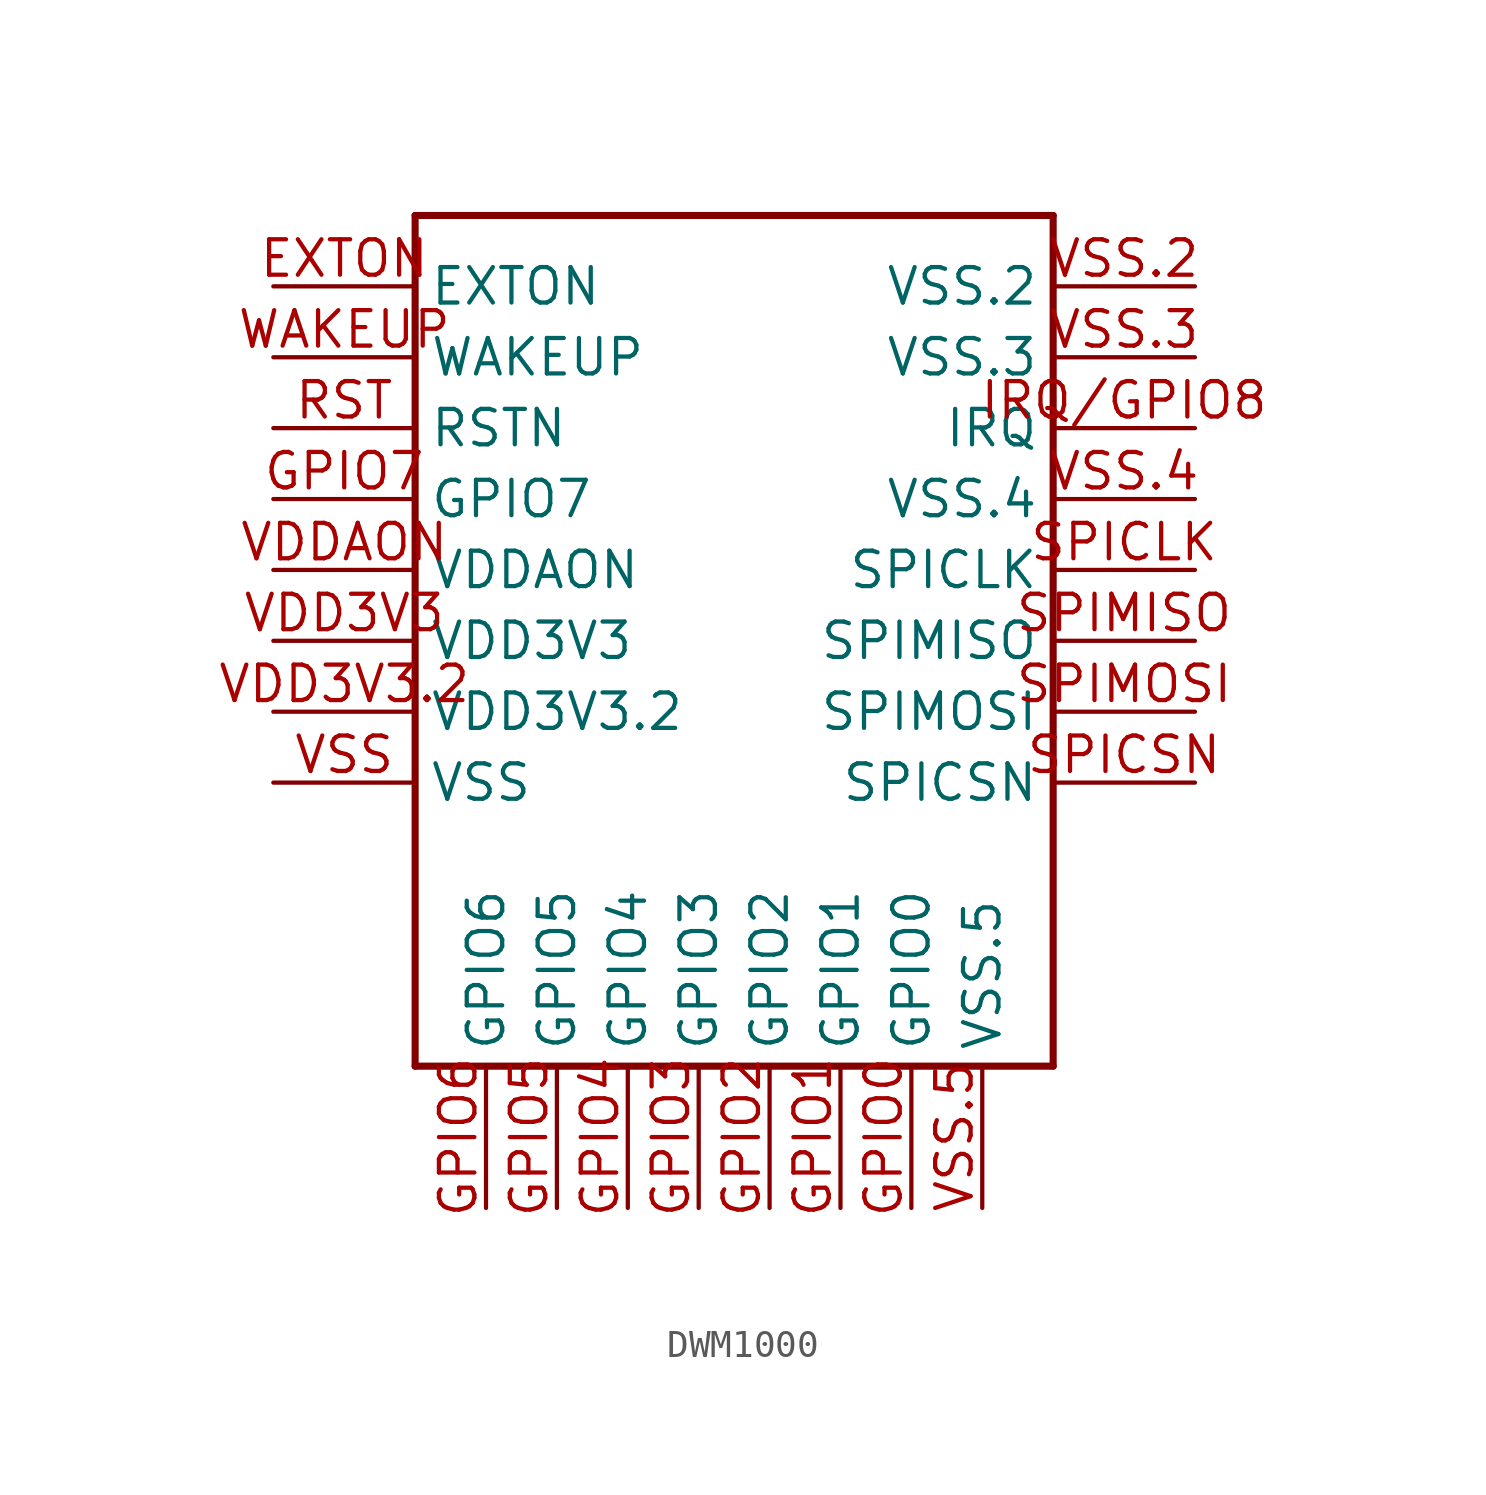
<source format=kicad_sym>
(kicad_symbol_lib
  (version 20211014)
  (generator kicad_symbol_editor)
  (symbol "DWM1000"
    (property "Reference" "U"
      (at 0 0 0)
      (effects (font (size 1.27 1.27)) hide))
    (property "ki_locked" ""
      (at 0 0 0)
      (effects (font (size 1.27 1.27))))
    (symbol "DWM1000_1_0"
      (polyline (pts (xy -12.7 5.08) (xy 10.16 5.08)) (stroke (width 0.254) (type default) (color 0 0 0 0)) (fill (type none)))
      (polyline (pts (xy -12.7 35.56) (xy -12.7 5.08)) (stroke (width 0.254) (type default) (color 0 0 0 0)) (fill (type none)))
      (polyline (pts (xy 10.16 5.08) (xy 10.16 35.56)) (stroke (width 0.254) (type default) (color 0 0 0 0)) (fill (type none)))
      (polyline (pts (xy 10.16 35.56) (xy -12.7 35.56)) (stroke (width 0.254) (type default) (color 0 0 0 0)) (fill (type none)))
      (pin bidirectional line (at -17.78 33.02 0) (length 5.08) (name "EXTON" (effects (font (size 1.27 1.27)))) (number "EXTON" (effects (font (size 1.27 1.27)))))
      (pin bidirectional line (at 5.08 0 90) (length 5.08) (name "GPIO0" (effects (font (size 1.27 1.27)))) (number "GPIO0" (effects (font (size 1.27 1.27)))))
      (pin bidirectional line (at 2.54 0 90) (length 5.08) (name "GPIO1" (effects (font (size 1.27 1.27)))) (number "GPIO1" (effects (font (size 1.27 1.27)))))
      (pin bidirectional line (at 0 0 90) (length 5.08) (name "GPIO2" (effects (font (size 1.27 1.27)))) (number "GPIO2" (effects (font (size 1.27 1.27)))))
      (pin bidirectional line (at -2.54 0 90) (length 5.08) (name "GPIO3" (effects (font (size 1.27 1.27)))) (number "GPIO3" (effects (font (size 1.27 1.27)))))
      (pin bidirectional line (at -5.08 0 90) (length 5.08) (name "GPIO4" (effects (font (size 1.27 1.27)))) (number "GPIO4" (effects (font (size 1.27 1.27)))))
      (pin bidirectional line (at -7.62 0 90) (length 5.08) (name "GPIO5" (effects (font (size 1.27 1.27)))) (number "GPIO5" (effects (font (size 1.27 1.27)))))
      (pin bidirectional line (at -10.16 0 90) (length 5.08) (name "GPIO6" (effects (font (size 1.27 1.27)))) (number "GPIO6" (effects (font (size 1.27 1.27)))))
      (pin bidirectional line (at -17.78 25.4 0) (length 5.08) (name "GPIO7" (effects (font (size 1.27 1.27)))) (number "GPIO7" (effects (font (size 1.27 1.27)))))
      (pin bidirectional line (at 15.24 27.94 180) (length 5.08) (name "IRQ" (effects (font (size 1.27 1.27)))) (number "IRQ/GPIO8" (effects (font (size 1.27 1.27)))))
      (pin bidirectional line (at -17.78 27.94 0) (length 5.08) (name "RSTN" (effects (font (size 1.27 1.27)))) (number "RST" (effects (font (size 1.27 1.27)))))
      (pin bidirectional line (at 15.24 22.86 180) (length 5.08) (name "SPICLK" (effects (font (size 1.27 1.27)))) (number "SPICLK" (effects (font (size 1.27 1.27)))))
      (pin bidirectional line (at 15.24 15.24 180) (length 5.08) (name "SPICSN" (effects (font (size 1.27 1.27)))) (number "SPICSN" (effects (font (size 1.27 1.27)))))
      (pin bidirectional line (at 15.24 20.32 180) (length 5.08) (name "SPIMISO" (effects (font (size 1.27 1.27)))) (number "SPIMISO" (effects (font (size 1.27 1.27)))))
      (pin bidirectional line (at 15.24 17.78 180) (length 5.08) (name "SPIMOSI" (effects (font (size 1.27 1.27)))) (number "SPIMOSI" (effects (font (size 1.27 1.27)))))
      (pin bidirectional line (at -17.78 20.32 0) (length 5.08) (name "VDD3V3" (effects (font (size 1.27 1.27)))) (number "VDD3V3" (effects (font (size 1.27 1.27)))))
      (pin bidirectional line (at -17.78 17.78 0) (length 5.08) (name "VDD3V3.2" (effects (font (size 1.27 1.27)))) (number "VDD3V3.2" (effects (font (size 1.27 1.27)))))
      (pin bidirectional line (at -17.78 22.86 0) (length 5.08) (name "VDDAON" (effects (font (size 1.27 1.27)))) (number "VDDAON" (effects (font (size 1.27 1.27)))))
      (pin bidirectional line (at -17.78 15.24 0) (length 5.08) (name "VSS" (effects (font (size 1.27 1.27)))) (number "VSS" (effects (font (size 1.27 1.27)))))
      (pin bidirectional line (at 15.24 33.02 180) (length 5.08) (name "VSS.2" (effects (font (size 1.27 1.27)))) (number "VSS.2" (effects (font (size 1.27 1.27)))))
      (pin bidirectional line (at 15.24 30.48 180) (length 5.08) (name "VSS.3" (effects (font (size 1.27 1.27)))) (number "VSS.3" (effects (font (size 1.27 1.27)))))
      (pin bidirectional line (at 15.24 25.4 180) (length 5.08) (name "VSS.4" (effects (font (size 1.27 1.27)))) (number "VSS.4" (effects (font (size 1.27 1.27)))))
      (pin bidirectional line (at 7.62 0 90) (length 5.08) (name "VSS.5" (effects (font (size 1.27 1.27)))) (number "VSS.5" (effects (font (size 1.27 1.27)))))
      (pin bidirectional line (at -17.78 30.48 0) (length 5.08) (name "WAKEUP" (effects (font (size 1.27 1.27)))) (number "WAKEUP" (effects (font (size 1.27 1.27))))))))
</source>
